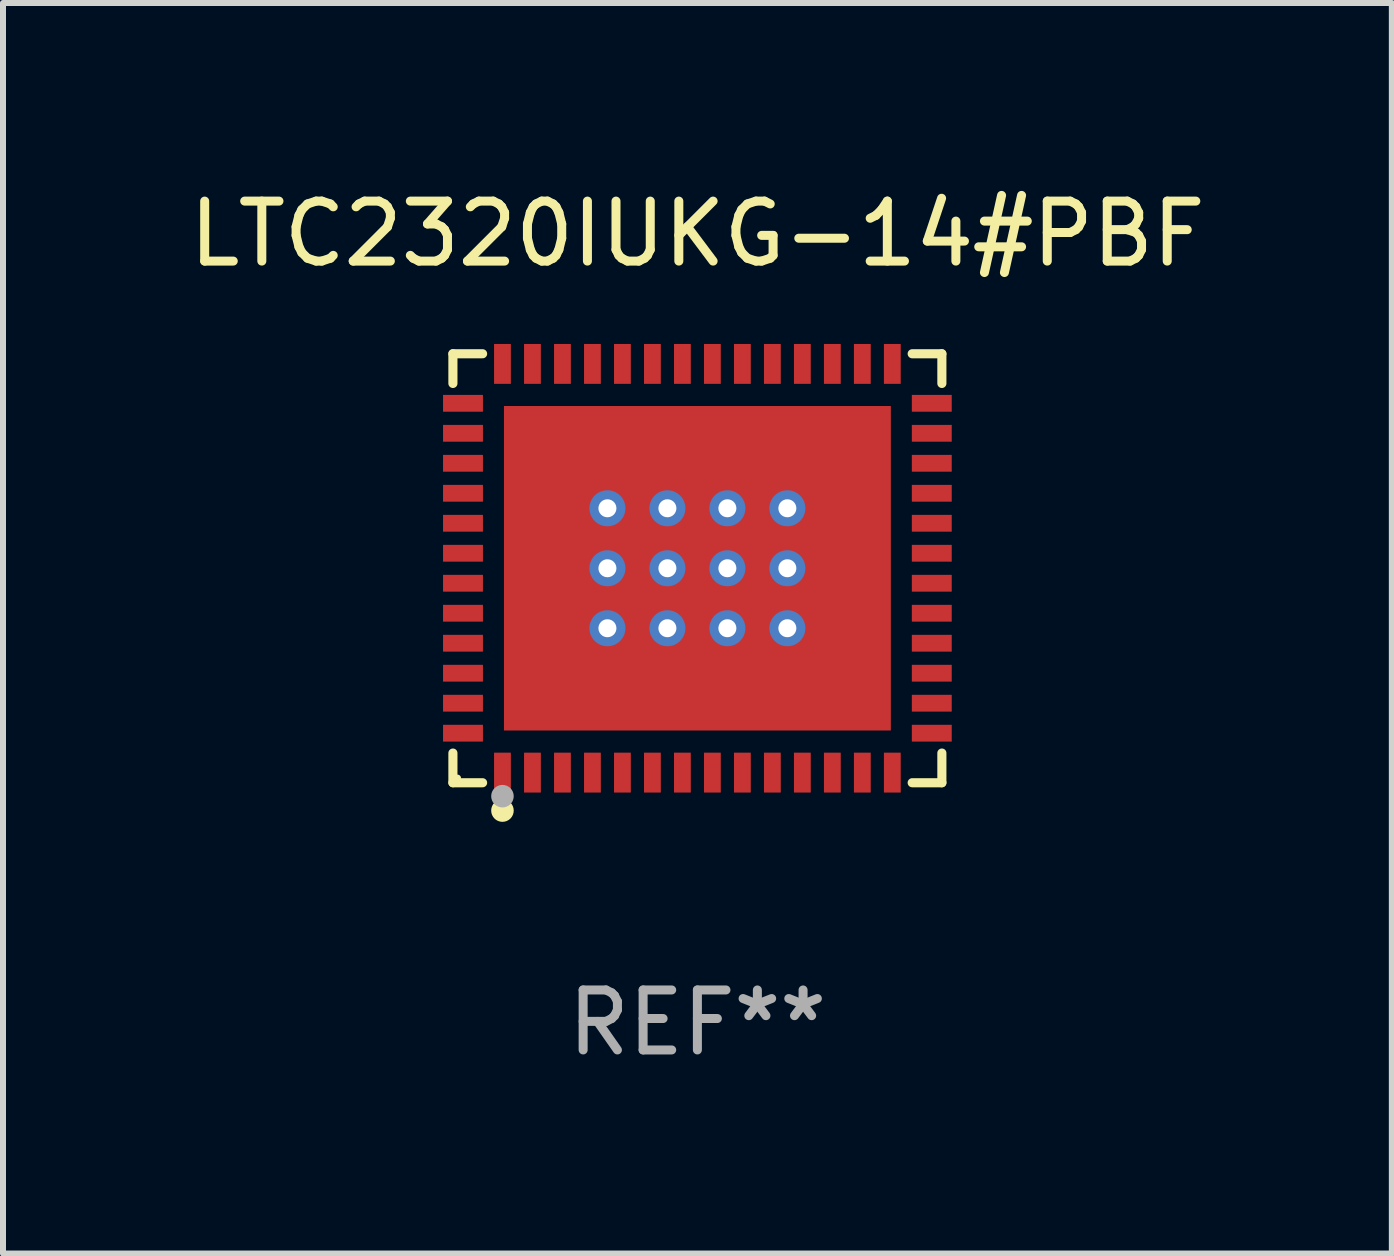
<source format=kicad_pcb>
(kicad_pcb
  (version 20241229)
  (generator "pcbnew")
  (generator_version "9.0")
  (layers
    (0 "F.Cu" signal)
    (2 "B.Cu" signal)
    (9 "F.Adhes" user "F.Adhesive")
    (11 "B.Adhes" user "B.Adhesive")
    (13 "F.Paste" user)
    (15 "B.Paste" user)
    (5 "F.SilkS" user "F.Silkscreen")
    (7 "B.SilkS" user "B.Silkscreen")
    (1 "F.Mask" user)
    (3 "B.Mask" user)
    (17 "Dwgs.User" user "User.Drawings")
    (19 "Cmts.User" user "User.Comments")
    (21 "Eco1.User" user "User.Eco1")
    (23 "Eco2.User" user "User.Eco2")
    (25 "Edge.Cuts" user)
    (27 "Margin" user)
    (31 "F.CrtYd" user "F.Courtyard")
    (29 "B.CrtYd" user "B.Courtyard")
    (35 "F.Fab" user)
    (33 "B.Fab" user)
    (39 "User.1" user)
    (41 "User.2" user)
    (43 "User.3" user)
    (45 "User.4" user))
  (footprint "LTC2320IUKG-14#PBF"
    (layer "F.Cu")
    (at 8.577 6.424)
    (property "Reference" "LTC2320IUKG-14#PBF" (at 0 -5.576 0) (layer "F.SilkS") (effects (font (size 1 1) (thickness 0.15))))
    (attr through_hole)
    (fp_line (start -4.076 -3.576) (end -3.581 -3.576) (stroke (width 0.152) (type solid)) (layer "F.SilkS"))
    (fp_line (start -4.076 -3.081) (end -4.076 -3.576) (stroke (width 0.152) (type solid)) (layer "F.SilkS"))
    (fp_line (start -4.076 3.081) (end -4.076 3.576) (stroke (width 0.152) (type solid)) (layer "F.SilkS"))
    (fp_line (start -4.076 3.576) (end -3.581 3.576) (stroke (width 0.152) (type solid)) (layer "F.SilkS"))
    (fp_line (start 4.076 -3.576) (end 3.581 -3.576) (stroke (width 0.152) (type solid)) (layer "F.SilkS"))
    (fp_line (start 4.076 -3.081) (end 4.076 -3.576) (stroke (width 0.152) (type solid)) (layer "F.SilkS"))
    (fp_line (start 4.076 3.081) (end 4.076 3.576) (stroke (width 0.152) (type solid)) (layer "F.SilkS"))
    (fp_line (start 4.076 3.576) (end 3.581 3.576) (stroke (width 0.152) (type solid)) (layer "F.SilkS"))
    (fp_circle (center -4 3.5) (end -3.97 3.5) (stroke (width 0.06) (type solid)) (fill no) (layer "F.SilkS"))
    (fp_circle (center -3.25 4.04) (end -3.156 4.04) (stroke (width 0.188) (type solid)) (fill no) (layer "F.SilkS"))
    (fp_circle (center -3.25 3.8) (end -3.156 3.8) (stroke (width 0.188) (type solid)) (fill no) (layer "F.Fab"))
    (fp_text user "REF**" (at 0 7.576 0) (layer "F.Fab") (effects (font (size 1 1) (thickness 0.15))))
    (pad "1" smd rect (at -3.25 3.407) (size 0.28 0.665) (layers "F.Cu" "F.Mask" "F.Paste"))
    (pad "2" smd rect (at -2.75 3.407) (size 0.28 0.665) (layers "F.Cu" "F.Mask" "F.Paste"))
    (pad "3" smd rect (at -2.25 3.407) (size 0.28 0.665) (layers "F.Cu" "F.Mask" "F.Paste"))
    (pad "4" smd rect (at -1.75 3.407) (size 0.28 0.665) (layers "F.Cu" "F.Mask" "F.Paste"))
    (pad "5" smd rect (at -1.25 3.407) (size 0.28 0.665) (layers "F.Cu" "F.Mask" "F.Paste"))
    (pad "6" smd rect (at -0.75 3.407) (size 0.28 0.665) (layers "F.Cu" "F.Mask" "F.Paste"))
    (pad "7" smd rect (at -0.25 3.407) (size 0.28 0.665) (layers "F.Cu" "F.Mask" "F.Paste"))
    (pad "8" smd rect (at 0.25 3.407) (size 0.28 0.665) (layers "F.Cu" "F.Mask" "F.Paste"))
    (pad "9" smd rect (at 0.75 3.407) (size 0.28 0.665) (layers "F.Cu" "F.Mask" "F.Paste"))
    (pad "10" smd rect (at 1.25 3.407) (size 0.28 0.665) (layers "F.Cu" "F.Mask" "F.Paste"))
    (pad "11" smd rect (at 1.75 3.407) (size 0.28 0.665) (layers "F.Cu" "F.Mask" "F.Paste"))
    (pad "12" smd rect (at 2.25 3.407) (size 0.28 0.665) (layers "F.Cu" "F.Mask" "F.Paste"))
    (pad "13" smd rect (at 2.75 3.407) (size 0.28 0.665) (layers "F.Cu" "F.Mask" "F.Paste"))
    (pad "14" smd rect (at 3.25 3.407) (size 0.28 0.665) (layers "F.Cu" "F.Mask" "F.Paste"))
    (pad "15" smd rect (at 3.908 2.75) (size 0.665 0.28) (layers "F.Cu" "F.Mask" "F.Paste"))
    (pad "16" smd rect (at 3.908 2.25) (size 0.665 0.28) (layers "F.Cu" "F.Mask" "F.Paste"))
    (pad "17" smd rect (at 3.908 1.75) (size 0.665 0.28) (layers "F.Cu" "F.Mask" "F.Paste"))
    (pad "18" smd rect (at 3.908 1.25) (size 0.665 0.28) (layers "F.Cu" "F.Mask" "F.Paste"))
    (pad "19" smd rect (at 3.908 0.75) (size 0.665 0.28) (layers "F.Cu" "F.Mask" "F.Paste"))
    (pad "20" smd rect (at 3.908 0.25) (size 0.665 0.28) (layers "F.Cu" "F.Mask" "F.Paste"))
    (pad "21" smd rect (at 3.908 -0.25) (size 0.665 0.28) (layers "F.Cu" "F.Mask" "F.Paste"))
    (pad "22" smd rect (at 3.908 -0.75) (size 0.665 0.28) (layers "F.Cu" "F.Mask" "F.Paste"))
    (pad "23" smd rect (at 3.908 -1.25) (size 0.665 0.28) (layers "F.Cu" "F.Mask" "F.Paste"))
    (pad "24" smd rect (at 3.908 -1.75) (size 0.665 0.28) (layers "F.Cu" "F.Mask" "F.Paste"))
    (pad "25" smd rect (at 3.908 -2.25) (size 0.665 0.28) (layers "F.Cu" "F.Mask" "F.Paste"))
    (pad "26" smd rect (at 3.908 -2.75) (size 0.665 0.28) (layers "F.Cu" "F.Mask" "F.Paste"))
    (pad "27" smd rect (at 3.25 -3.407) (size 0.28 0.665) (layers "F.Cu" "F.Mask" "F.Paste"))
    (pad "28" smd rect (at 2.75 -3.407) (size 0.28 0.665) (layers "F.Cu" "F.Mask" "F.Paste"))
    (pad "29" smd rect (at 2.25 -3.407) (size 0.28 0.665) (layers "F.Cu" "F.Mask" "F.Paste"))
    (pad "30" smd rect (at 1.75 -3.407) (size 0.28 0.665) (layers "F.Cu" "F.Mask" "F.Paste"))
    (pad "31" smd rect (at 1.25 -3.407) (size 0.28 0.665) (layers "F.Cu" "F.Mask" "F.Paste"))
    (pad "32" smd rect (at 0.75 -3.407) (size 0.28 0.665) (layers "F.Cu" "F.Mask" "F.Paste"))
    (pad "33" smd rect (at 0.25 -3.407) (size 0.28 0.665) (layers "F.Cu" "F.Mask" "F.Paste"))
    (pad "34" smd rect (at -0.25 -3.407) (size 0.28 0.665) (layers "F.Cu" "F.Mask" "F.Paste"))
    (pad "35" smd rect (at -0.75 -3.407) (size 0.28 0.665) (layers "F.Cu" "F.Mask" "F.Paste"))
    (pad "36" smd rect (at -1.25 -3.407) (size 0.28 0.665) (layers "F.Cu" "F.Mask" "F.Paste"))
    (pad "37" smd rect (at -1.75 -3.407) (size 0.28 0.665) (layers "F.Cu" "F.Mask" "F.Paste"))
    (pad "38" smd rect (at -2.25 -3.407) (size 0.28 0.665) (layers "F.Cu" "F.Mask" "F.Paste"))
    (pad "39" smd rect (at -2.75 -3.407) (size 0.28 0.665) (layers "F.Cu" "F.Mask" "F.Paste"))
    (pad "40" smd rect (at -3.25 -3.407) (size 0.28 0.665) (layers "F.Cu" "F.Mask" "F.Paste"))
    (pad "41" smd rect (at -3.908 -2.75) (size 0.665 0.28) (layers "F.Cu" "F.Mask" "F.Paste"))
    (pad "42" smd rect (at -3.908 -2.25) (size 0.665 0.28) (layers "F.Cu" "F.Mask" "F.Paste"))
    (pad "43" smd rect (at -3.908 -1.75) (size 0.665 0.28) (layers "F.Cu" "F.Mask" "F.Paste"))
    (pad "44" smd rect (at -3.908 -1.25) (size 0.665 0.28) (layers "F.Cu" "F.Mask" "F.Paste"))
    (pad "45" smd rect (at -3.908 -0.75) (size 0.665 0.28) (layers "F.Cu" "F.Mask" "F.Paste"))
    (pad "46" smd rect (at -3.908 -0.25) (size 0.665 0.28) (layers "F.Cu" "F.Mask" "F.Paste"))
    (pad "47" smd rect (at -3.908 0.25) (size 0.665 0.28) (layers "F.Cu" "F.Mask" "F.Paste"))
    (pad "48" smd rect (at -3.908 0.75) (size 0.665 0.28) (layers "F.Cu" "F.Mask" "F.Paste"))
    (pad "49" smd rect (at -3.908 1.25) (size 0.665 0.28) (layers "F.Cu" "F.Mask" "F.Paste"))
    (pad "50" smd rect (at -3.908 1.75) (size 0.665 0.28) (layers "F.Cu" "F.Mask" "F.Paste"))
    (pad "51" smd rect (at -3.908 2.25) (size 0.665 0.28) (layers "F.Cu" "F.Mask" "F.Paste"))
    (pad "52" smd rect (at -3.908 2.75) (size 0.665 0.28) (layers "F.Cu" "F.Mask" "F.Paste"))
    (pad "53" thru_hole circle (at -1.5 -1) (size 0.6 0.6) (drill 0.3) (layers "*.Cu" "*.Mask"))
    (pad "53" thru_hole circle (at -1.5 0) (size 0.6 0.6) (drill 0.3) (layers "*.Cu" "*.Mask"))
    (pad "53" thru_hole circle (at -1.5 1) (size 0.6 0.6) (drill 0.3) (layers "*.Cu" "*.Mask"))
    (pad "53" thru_hole circle (at -0.5 -1) (size 0.6 0.6) (drill 0.3) (layers "*.Cu" "*.Mask"))
    (pad "53" thru_hole circle (at -0.5 0) (size 0.6 0.6) (drill 0.3) (layers "*.Cu" "*.Mask"))
    (pad "53" thru_hole circle (at -0.5 1) (size 0.6 0.6) (drill 0.3) (layers "*.Cu" "*.Mask"))
    (pad "53" smd rect (at 0 0) (size 6.45 5.41) (layers "F.Cu" "F.Mask" "F.Paste"))
    (pad "53" thru_hole circle (at 0.5 -1) (size 0.6 0.6) (drill 0.3) (layers "*.Cu" "*.Mask"))
    (pad "53" thru_hole circle (at 0.5 0) (size 0.6 0.6) (drill 0.3) (layers "*.Cu" "*.Mask"))
    (pad "53" thru_hole circle (at 0.5 1) (size 0.6 0.6) (drill 0.3) (layers "*.Cu" "*.Mask"))
    (pad "53" thru_hole circle (at 1.5 -1) (size 0.6 0.6) (drill 0.3) (layers "*.Cu" "*.Mask"))
    (pad "53" thru_hole circle (at 1.5 0) (size 0.6 0.6) (drill 0.3) (layers "*.Cu" "*.Mask"))
    (pad "53" thru_hole circle (at 1.5 1) (size 0.6 0.6) (drill 0.3) (layers "*.Cu" "*.Mask")))
  (gr_rect
    (start -3 -3)
    (end 20.155 17.849)
    (stroke (width 0.1) (type default))
    (fill no)
    (layer "Edge.Cuts")))
</source>
